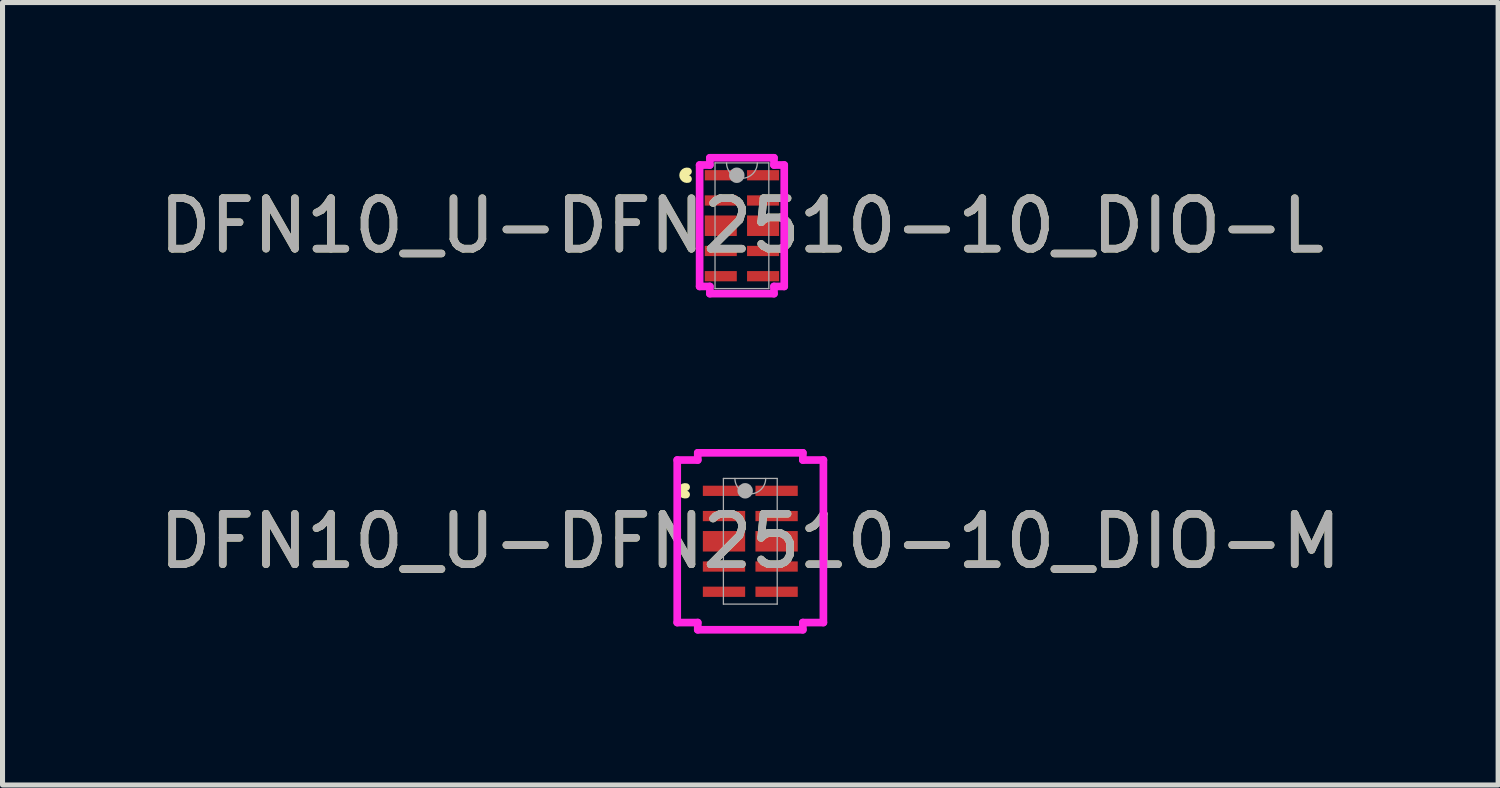
<source format=kicad_pcb>
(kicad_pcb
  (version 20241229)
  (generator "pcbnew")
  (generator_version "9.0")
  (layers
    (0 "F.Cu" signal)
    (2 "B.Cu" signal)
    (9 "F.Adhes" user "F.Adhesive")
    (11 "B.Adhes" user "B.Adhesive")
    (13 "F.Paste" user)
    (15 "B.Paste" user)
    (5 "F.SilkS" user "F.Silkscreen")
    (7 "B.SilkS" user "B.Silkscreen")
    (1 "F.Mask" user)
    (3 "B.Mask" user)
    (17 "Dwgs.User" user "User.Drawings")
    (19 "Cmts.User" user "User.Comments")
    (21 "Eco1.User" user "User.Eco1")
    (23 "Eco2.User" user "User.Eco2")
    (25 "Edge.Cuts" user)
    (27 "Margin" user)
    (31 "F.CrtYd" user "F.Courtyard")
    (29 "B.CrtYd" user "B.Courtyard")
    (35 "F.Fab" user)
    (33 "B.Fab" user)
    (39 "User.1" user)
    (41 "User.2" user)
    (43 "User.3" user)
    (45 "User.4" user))
  (footprint "DFN10_U-DFN2510-10_DIO-M"
    (layer "F.Cu")
    (at 11.815 7.674)
    (property "Reference" "DFN10_U-DFN2510-10_DIO-M" (at 0 0 0) (unlocked yes) (layer "F.SilkS") (effects (font (size 1 1) (thickness 0.15))))
    (attr smd)
    (fp_arc (start -1.27254 -0.926171) (mid -1.3676 -1) (end -1.27254 -1.073829) (stroke (width 0.1524) (type solid)) (layer "F.SilkS"))
    (fp_line (start -1.448 -1.61) (end -1.041 -1.61) (stroke (width 0.152) (type solid)) (layer "F.CrtYd"))
    (fp_line (start -1.448 1.61) (end -1.448 -1.61) (stroke (width 0.152) (type solid)) (layer "F.CrtYd"))
    (fp_line (start -1.448 1.61) (end -1.041 1.61) (stroke (width 0.152) (type solid)) (layer "F.CrtYd"))
    (fp_line (start -1.041 -1.753) (end 1.041 -1.753) (stroke (width 0.152) (type solid)) (layer "F.CrtYd"))
    (fp_line (start -1.041 -1.61) (end -1.041 -1.753) (stroke (width 0.152) (type solid)) (layer "F.CrtYd"))
    (fp_line (start -1.041 1.753) (end -1.041 1.61) (stroke (width 0.152) (type solid)) (layer "F.CrtYd"))
    (fp_line (start 1.041 -1.753) (end 1.041 -1.61) (stroke (width 0.152) (type solid)) (layer "F.CrtYd"))
    (fp_line (start 1.041 1.61) (end 1.041 1.753) (stroke (width 0.152) (type solid)) (layer "F.CrtYd"))
    (fp_line (start 1.041 1.753) (end -1.041 1.753) (stroke (width 0.152) (type solid)) (layer "F.CrtYd"))
    (fp_line (start 1.448 -1.61) (end 1.041 -1.61) (stroke (width 0.152) (type solid)) (layer "F.CrtYd"))
    (fp_line (start 1.448 -1.61) (end 1.448 1.61) (stroke (width 0.152) (type solid)) (layer "F.CrtYd"))
    (fp_line (start 1.448 1.61) (end 1.041 1.61) (stroke (width 0.152) (type solid)) (layer "F.CrtYd"))
    (fp_line (start -0.533 -1.245) (end -0.533 1.245) (stroke (width 0.025) (type solid)) (layer "F.Fab"))
    (fp_line (start -0.533 1.245) (end 0.533 1.245) (stroke (width 0.025) (type solid)) (layer "F.Fab"))
    (fp_line (start 0.533 -1.245) (end -0.533 -1.245) (stroke (width 0.025) (type solid)) (layer "F.Fab"))
    (fp_line (start 0.533 1.245) (end 0.533 -1.245) (stroke (width 0.025) (type solid)) (layer "F.Fab"))
    (fp_arc (start 0.3048 -1.2446) (mid 0 -0.9398) (end -0.3048 -1.2446) (stroke (width 0.0254) (type solid)) (layer "F.Fab"))
    (fp_circle (center -0.102 -1) (end -0.025 -1) (stroke (width 0.152) (type solid)) (fill no) (layer "F.Fab"))
    (fp_text user "${REFERENCE}" (at 0 0 0) (unlocked yes) (layer "F.Fab") (effects (font (size 1 1) (thickness 0.15))))
    (pad "1" smd rect (at -0.521 -1) (size 0.838 0.203) (layers "F.Cu" "F.Mask" "F.Paste"))
    (pad "2" smd rect (at -0.521 -0.5) (size 0.838 0.203) (layers "F.Cu" "F.Mask" "F.Paste"))
    (pad "3" smd rect (at -0.521 0) (size 0.838 0.406) (layers "F.Cu" "F.Mask" "F.Paste"))
    (pad "4" smd rect (at -0.521 0.5) (size 0.838 0.203) (layers "F.Cu" "F.Mask" "F.Paste"))
    (pad "5" smd rect (at -0.521 1) (size 0.838 0.203) (layers "F.Cu" "F.Mask" "F.Paste"))
    (pad "6" smd rect (at 0.521 1) (size 0.838 0.203) (layers "F.Cu" "F.Mask" "F.Paste"))
    (pad "7" smd rect (at 0.521 0.5) (size 0.838 0.203) (layers "F.Cu" "F.Mask" "F.Paste"))
    (pad "8" smd rect (at 0.521 0) (size 0.838 0.406) (layers "F.Cu" "F.Mask" "F.Paste"))
    (pad "9" smd rect (at 0.521 -0.5) (size 0.838 0.203) (layers "F.Cu" "F.Mask" "F.Paste"))
    (pad "10" smd rect (at 0.521 -1) (size 0.838 0.203) (layers "F.Cu" "F.Mask" "F.Paste")))
  (footprint "DFN10_U-DFN2510-10_DIO-L"
    (layer "F.Cu")
    (at 11.649 1.422)
    (property "Reference" "DFN10_U-DFN2510-10_DIO-L" (at 0 0 0) (unlocked yes) (layer "F.SilkS") (effects (font (size 1 1) (thickness 0.15))))
    (attr smd)
    (fp_arc (start -1.06934 -0.926171) (mid -1.1644 -1) (end -1.06934 -1.073829) (stroke (width 0.1524) (type solid)) (layer "F.SilkS"))
    (fp_line (start -0.838 -1.203) (end -0.635 -1.203) (stroke (width 0.152) (type solid)) (layer "F.CrtYd"))
    (fp_line (start -0.838 1.203) (end -0.838 -1.203) (stroke (width 0.152) (type solid)) (layer "F.CrtYd"))
    (fp_line (start -0.838 1.203) (end -0.635 1.203) (stroke (width 0.152) (type solid)) (layer "F.CrtYd"))
    (fp_line (start -0.635 -1.346) (end 0.635 -1.346) (stroke (width 0.152) (type solid)) (layer "F.CrtYd"))
    (fp_line (start -0.635 -1.203) (end -0.635 -1.346) (stroke (width 0.152) (type solid)) (layer "F.CrtYd"))
    (fp_line (start -0.635 1.346) (end -0.635 1.203) (stroke (width 0.152) (type solid)) (layer "F.CrtYd"))
    (fp_line (start 0.635 -1.346) (end 0.635 -1.203) (stroke (width 0.152) (type solid)) (layer "F.CrtYd"))
    (fp_line (start 0.635 1.203) (end 0.635 1.346) (stroke (width 0.152) (type solid)) (layer "F.CrtYd"))
    (fp_line (start 0.635 1.346) (end -0.635 1.346) (stroke (width 0.152) (type solid)) (layer "F.CrtYd"))
    (fp_line (start 0.838 -1.203) (end 0.635 -1.203) (stroke (width 0.152) (type solid)) (layer "F.CrtYd"))
    (fp_line (start 0.838 -1.203) (end 0.838 1.203) (stroke (width 0.152) (type solid)) (layer "F.CrtYd"))
    (fp_line (start 0.838 1.203) (end 0.635 1.203) (stroke (width 0.152) (type solid)) (layer "F.CrtYd"))
    (fp_line (start -0.533 -1.245) (end -0.533 1.245) (stroke (width 0.025) (type solid)) (layer "F.Fab"))
    (fp_line (start -0.533 1.245) (end 0.533 1.245) (stroke (width 0.025) (type solid)) (layer "F.Fab"))
    (fp_line (start 0.533 -1.245) (end -0.533 -1.245) (stroke (width 0.025) (type solid)) (layer "F.Fab"))
    (fp_line (start 0.533 1.245) (end 0.533 -1.245) (stroke (width 0.025) (type solid)) (layer "F.Fab"))
    (fp_arc (start 0.3048 -1.2446) (mid 0 -0.9398) (end -0.3048 -1.2446) (stroke (width 0.0254) (type solid)) (layer "F.Fab"))
    (fp_circle (center -0.102 -1) (end -0.025 -1) (stroke (width 0.152) (type solid)) (fill no) (layer "F.Fab"))
    (fp_text user "${REFERENCE}" (at 0 0 0) (unlocked yes) (layer "F.Fab") (effects (font (size 1 1) (thickness 0.15))))
    (pad "1" smd rect (at -0.419 -1) (size 0.635 0.203) (layers "F.Cu" "F.Mask" "F.Paste"))
    (pad "2" smd rect (at -0.419 -0.5) (size 0.635 0.203) (layers "F.Cu" "F.Mask" "F.Paste"))
    (pad "3" smd rect (at -0.419 0) (size 0.635 0.406) (layers "F.Cu" "F.Mask" "F.Paste"))
    (pad "4" smd rect (at -0.419 0.5) (size 0.635 0.203) (layers "F.Cu" "F.Mask" "F.Paste"))
    (pad "5" smd rect (at -0.419 1) (size 0.635 0.203) (layers "F.Cu" "F.Mask" "F.Paste"))
    (pad "6" smd rect (at 0.419 1) (size 0.635 0.203) (layers "F.Cu" "F.Mask" "F.Paste"))
    (pad "7" smd rect (at 0.419 0.5) (size 0.635 0.203) (layers "F.Cu" "F.Mask" "F.Paste"))
    (pad "8" smd rect (at 0.419 0) (size 0.635 0.406) (layers "F.Cu" "F.Mask" "F.Paste"))
    (pad "9" smd rect (at 0.419 -0.5) (size 0.635 0.203) (layers "F.Cu" "F.Mask" "F.Paste"))
    (pad "10" smd rect (at 0.419 -1) (size 0.635 0.203) (layers "F.Cu" "F.Mask" "F.Paste")))
  (gr_rect
    (start -3 -3)
    (end 26.631 12.502)
    (stroke (width 0.1) (type default))
    (fill no)
    (layer "Edge.Cuts")))
</source>
